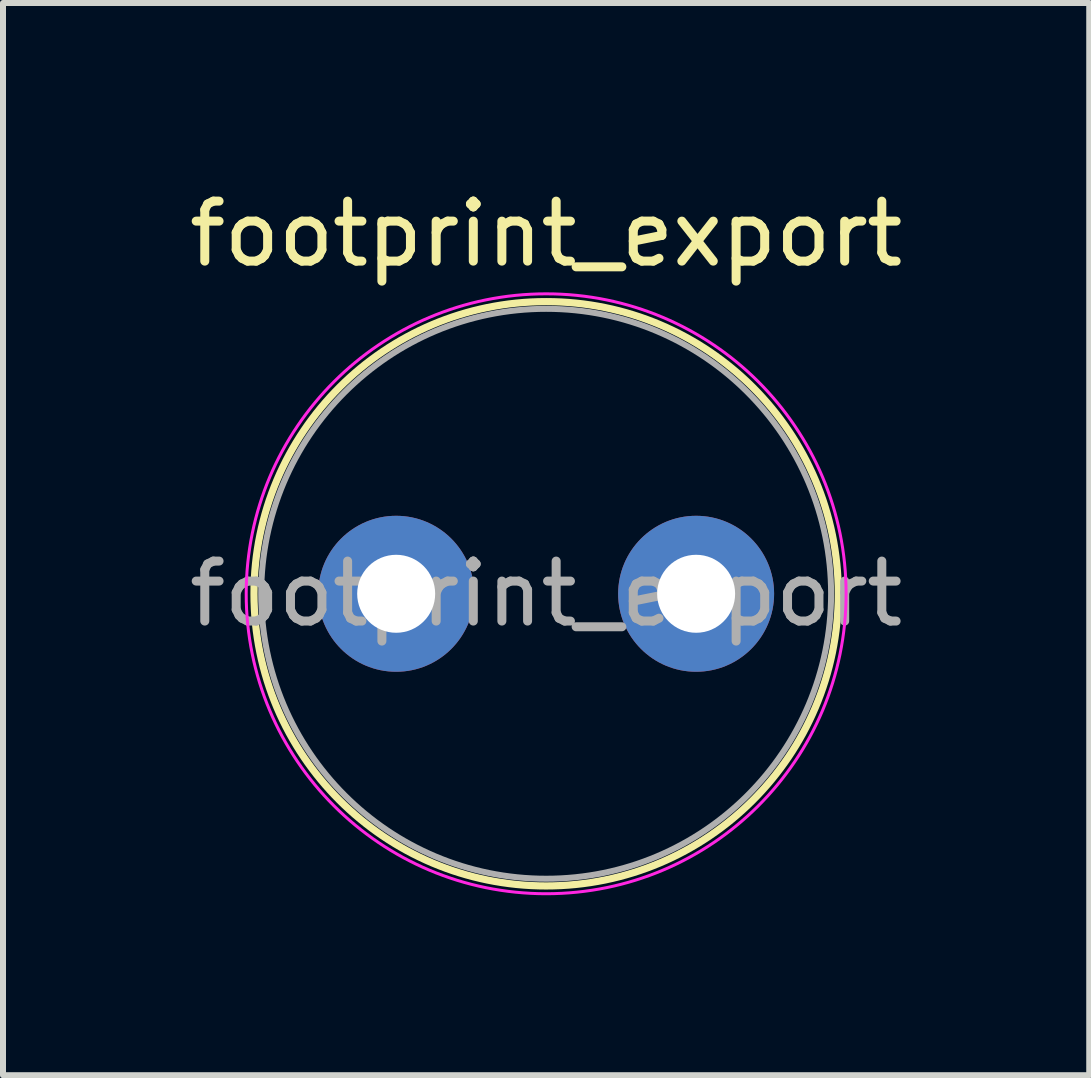
<source format=kicad_pcb>
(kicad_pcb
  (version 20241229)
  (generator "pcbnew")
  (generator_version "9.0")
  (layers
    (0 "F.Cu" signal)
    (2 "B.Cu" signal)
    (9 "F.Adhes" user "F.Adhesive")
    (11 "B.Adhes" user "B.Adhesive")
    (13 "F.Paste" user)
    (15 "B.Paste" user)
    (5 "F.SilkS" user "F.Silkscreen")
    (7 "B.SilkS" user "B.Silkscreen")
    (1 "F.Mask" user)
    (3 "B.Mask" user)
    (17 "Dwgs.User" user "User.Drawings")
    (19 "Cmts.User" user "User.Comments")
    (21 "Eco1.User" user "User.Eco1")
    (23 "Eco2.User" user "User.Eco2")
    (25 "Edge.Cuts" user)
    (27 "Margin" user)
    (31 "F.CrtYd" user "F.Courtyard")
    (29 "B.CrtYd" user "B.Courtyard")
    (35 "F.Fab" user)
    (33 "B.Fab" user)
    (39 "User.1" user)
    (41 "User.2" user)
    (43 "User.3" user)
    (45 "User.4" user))
  (footprint "footprint_export"
    (layer "F.Cu")
    (at 3.554 6.848)
    (property "Reference" "footprint_export" (at 2.5 -6 0) (layer "F.SilkS") (effects (font (size 1 1) (thickness 0.15))))
    (attr through_hole)
    (fp_circle (center 2.5 0) (end 7.37 0) (stroke (width 0.12) (type solid)) (fill no) (layer "F.SilkS"))
    (fp_circle (center 2.5 0) (end 7.5 0) (stroke (width 0.05) (type solid)) (fill no) (layer "F.CrtYd"))
    (fp_circle (center 2.5 0) (end 7.25 0) (stroke (width 0.1) (type solid)) (fill no) (layer "F.Fab"))
    (fp_text user "${REFERENCE}" (at 2.5 0 0) (layer "F.Fab") (effects (font (size 1 1) (thickness 0.15))))
    (pad "1" thru_hole circle (at 0 0) (size 2.6 2.6) (drill 1.3) (layers "*.Cu" "*.Mask"))
    (pad "2" thru_hole circle (at 5 0) (size 2.6 2.6) (drill 1.3) (layers "*.Cu" "*.Mask")))
  (gr_rect
    (start -3 -3)
    (end 15.107 14.873)
    (stroke (width 0.1) (type default))
    (fill no)
    (layer "Edge.Cuts")))
</source>
